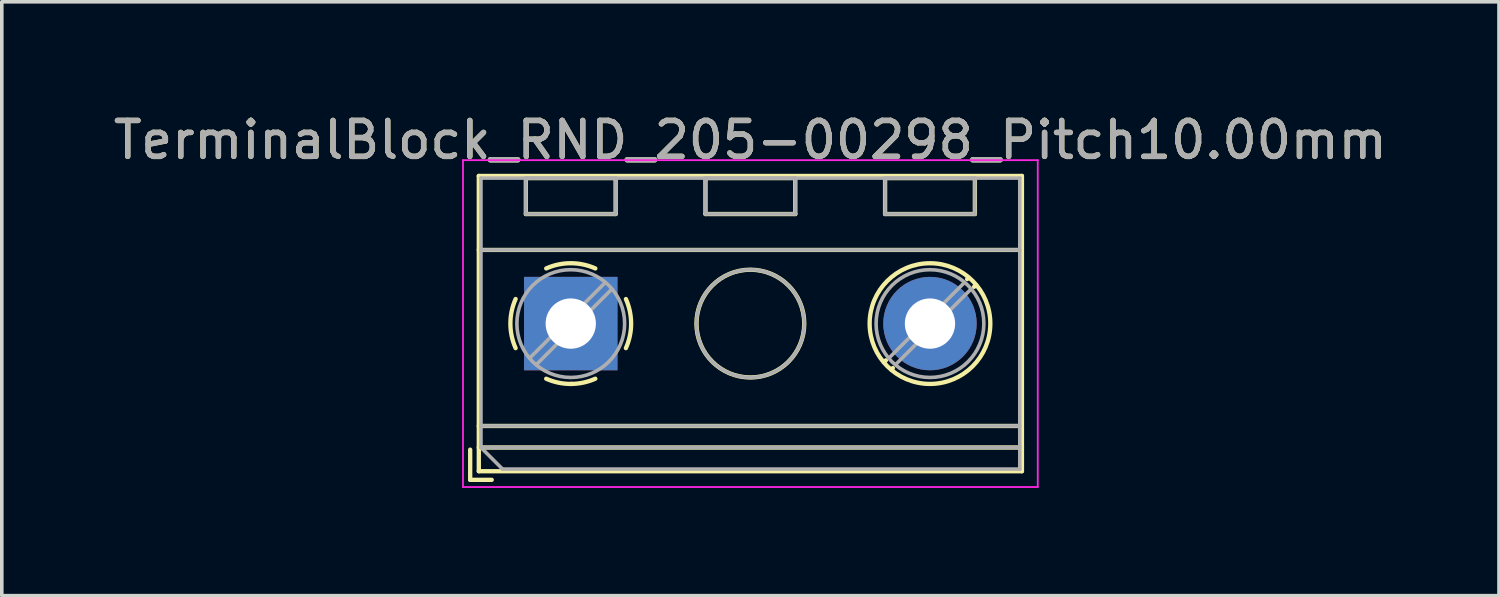
<source format=kicad_pcb>
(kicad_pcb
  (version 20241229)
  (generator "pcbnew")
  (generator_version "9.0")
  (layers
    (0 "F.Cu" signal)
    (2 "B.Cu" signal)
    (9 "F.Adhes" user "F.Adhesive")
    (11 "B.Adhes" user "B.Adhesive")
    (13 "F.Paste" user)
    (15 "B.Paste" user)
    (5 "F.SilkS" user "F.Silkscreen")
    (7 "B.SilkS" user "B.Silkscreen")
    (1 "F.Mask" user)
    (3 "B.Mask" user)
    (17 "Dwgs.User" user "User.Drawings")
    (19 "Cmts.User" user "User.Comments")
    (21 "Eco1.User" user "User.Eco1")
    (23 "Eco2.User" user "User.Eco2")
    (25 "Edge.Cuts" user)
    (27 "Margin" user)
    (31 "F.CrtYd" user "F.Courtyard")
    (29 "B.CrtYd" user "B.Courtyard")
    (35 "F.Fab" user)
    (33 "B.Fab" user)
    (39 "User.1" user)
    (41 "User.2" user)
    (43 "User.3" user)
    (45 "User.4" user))
  (footprint "TerminalBlock_RND_205-00298_Pitch10.00mm"
    (layer "F.Cu")
    (at 12.839 5.958)
    (property "Reference" "TerminalBlock_RND_205-00298_Pitch10.00mm" (at 5 -5.11 0) (layer "F.SilkS") (effects (font (size 1 1) (thickness 0.15))))
    (attr through_hole)
    (fp_line (start -2.8 3.51) (end -2.8 4.35) (stroke (width 0.12) (type solid)) (layer "F.SilkS"))
    (fp_line (start -2.8 4.35) (end -2.2 4.35) (stroke (width 0.12) (type solid)) (layer "F.SilkS"))
    (fp_line (start -2.56 -4.11) (end -2.56 4.11) (stroke (width 0.12) (type solid)) (layer "F.SilkS"))
    (fp_line (start -2.56 -2.05) (end 12.56 -2.05) (stroke (width 0.12) (type solid)) (layer "F.SilkS"))
    (fp_line (start -2.56 2.85) (end 12.56 2.85) (stroke (width 0.12) (type solid)) (layer "F.SilkS"))
    (fp_line (start -2.56 3.45) (end 12.56 3.45) (stroke (width 0.12) (type solid)) (layer "F.SilkS"))
    (fp_line (start -2.56 4.11) (end 12.56 4.11) (stroke (width 0.12) (type solid)) (layer "F.SilkS"))
    (fp_line (start -1.25 -4.05) (end -1.25 -3.05) (stroke (width 0.12) (type solid)) (layer "F.SilkS"))
    (fp_line (start -1.25 -4.05) (end 1.25 -4.05) (stroke (width 0.12) (type solid)) (layer "F.SilkS"))
    (fp_line (start -1.25 -3.05) (end 1.25 -3.05) (stroke (width 0.12) (type solid)) (layer "F.SilkS"))
    (fp_line (start 1.25 -4.05) (end 1.25 -3.05) (stroke (width 0.12) (type solid)) (layer "F.SilkS"))
    (fp_line (start 3.75 -4.05) (end 3.75 -3.05) (stroke (width 0.12) (type solid)) (layer "F.SilkS"))
    (fp_line (start 3.75 -4.05) (end 6.25 -4.05) (stroke (width 0.12) (type solid)) (layer "F.SilkS"))
    (fp_line (start 3.75 -3.05) (end 6.25 -3.05) (stroke (width 0.12) (type solid)) (layer "F.SilkS"))
    (fp_line (start 6.25 -4.05) (end 6.25 -3.05) (stroke (width 0.12) (type solid)) (layer "F.SilkS"))
    (fp_line (start 8.75 -4.05) (end 8.75 -3.05) (stroke (width 0.12) (type solid)) (layer "F.SilkS"))
    (fp_line (start 8.75 -4.05) (end 11.25 -4.05) (stroke (width 0.12) (type solid)) (layer "F.SilkS"))
    (fp_line (start 8.75 -3.05) (end 11.25 -3.05) (stroke (width 0.12) (type solid)) (layer "F.SilkS"))
    (fp_line (start 8.773 1.023) (end 8.726 1.069) (stroke (width 0.12) (type solid)) (layer "F.SilkS"))
    (fp_line (start 8.966 1.239) (end 8.931 1.274) (stroke (width 0.12) (type solid)) (layer "F.SilkS"))
    (fp_line (start 11.07 -1.275) (end 11.035 -1.239) (stroke (width 0.12) (type solid)) (layer "F.SilkS"))
    (fp_line (start 11.25 -4.05) (end 11.25 -3.05) (stroke (width 0.12) (type solid)) (layer "F.SilkS"))
    (fp_line (start 11.275 -1.069) (end 11.228 -1.023) (stroke (width 0.12) (type solid)) (layer "F.SilkS"))
    (fp_line (start 12.56 -4.11) (end -2.56 -4.11) (stroke (width 0.12) (type solid)) (layer "F.SilkS"))
    (fp_line (start 12.56 4.11) (end 12.56 -4.11) (stroke (width 0.12) (type solid)) (layer "F.SilkS"))
    (fp_arc (start -1.535427 0.683042) (mid -1.680501 -0.000524) (end -1.535 -0.684) (stroke (width 0.12) (type solid)) (layer "F.SilkS"))
    (fp_arc (start -0.683042 -1.535427) (mid 0.000524 -1.680501) (end 0.684 -1.535) (stroke (width 0.12) (type solid)) (layer "F.SilkS"))
    (fp_arc (start 0.028805 1.680253) (mid -0.335551 1.646659) (end -0.684 1.535) (stroke (width 0.12) (type solid)) (layer "F.SilkS"))
    (fp_arc (start 0.683318 1.534756) (mid 0.349292 1.643288) (end 0 1.68) (stroke (width 0.12) (type solid)) (layer "F.SilkS"))
    (fp_arc (start 1.535427 -0.683042) (mid 1.680501 0.000524) (end 1.535 0.684) (stroke (width 0.12) (type solid)) (layer "F.SilkS"))
    (fp_circle (center 5 0) (end 6.5 0) (stroke (width 0.12) (type solid)) (fill no) (layer "F.SilkS"))
    (fp_circle (center 10 0) (end 11.68 0) (stroke (width 0.12) (type solid)) (fill no) (layer "F.SilkS"))
    (fp_line (start -3 -4.55) (end -3 4.55) (stroke (width 0.05) (type solid)) (layer "F.CrtYd"))
    (fp_line (start -3 4.55) (end 13 4.55) (stroke (width 0.05) (type solid)) (layer "F.CrtYd"))
    (fp_line (start 13 -4.55) (end -3 -4.55) (stroke (width 0.05) (type solid)) (layer "F.CrtYd"))
    (fp_line (start 13 4.55) (end 13 -4.55) (stroke (width 0.05) (type solid)) (layer "F.CrtYd"))
    (fp_line (start -2.5 -4.05) (end 12.5 -4.05) (stroke (width 0.1) (type solid)) (layer "F.Fab"))
    (fp_line (start -2.5 -2.05) (end 12.5 -2.05) (stroke (width 0.1) (type solid)) (layer "F.Fab"))
    (fp_line (start -2.5 2.85) (end 12.5 2.85) (stroke (width 0.1) (type solid)) (layer "F.Fab"))
    (fp_line (start -2.5 3.45) (end -2.5 -4.05) (stroke (width 0.1) (type solid)) (layer "F.Fab"))
    (fp_line (start -2.5 3.45) (end 12.5 3.45) (stroke (width 0.1) (type solid)) (layer "F.Fab"))
    (fp_line (start -1.9 4.05) (end -2.5 3.45) (stroke (width 0.1) (type solid)) (layer "F.Fab"))
    (fp_line (start -1.25 -4.05) (end -1.25 -3.05) (stroke (width 0.1) (type solid)) (layer "F.Fab"))
    (fp_line (start -1.25 -3.05) (end 1.25 -3.05) (stroke (width 0.1) (type solid)) (layer "F.Fab"))
    (fp_line (start 0.955 -1.138) (end -1.138 0.955) (stroke (width 0.1) (type solid)) (layer "F.Fab"))
    (fp_line (start 1.138 -0.955) (end -0.955 1.138) (stroke (width 0.1) (type solid)) (layer "F.Fab"))
    (fp_line (start 1.25 -4.05) (end -1.25 -4.05) (stroke (width 0.1) (type solid)) (layer "F.Fab"))
    (fp_line (start 1.25 -3.05) (end 1.25 -4.05) (stroke (width 0.1) (type solid)) (layer "F.Fab"))
    (fp_line (start 3.75 -4.05) (end 3.75 -3.05) (stroke (width 0.1) (type solid)) (layer "F.Fab"))
    (fp_line (start 3.75 -3.05) (end 6.25 -3.05) (stroke (width 0.1) (type solid)) (layer "F.Fab"))
    (fp_line (start 6.25 -4.05) (end 3.75 -4.05) (stroke (width 0.1) (type solid)) (layer "F.Fab"))
    (fp_line (start 6.25 -3.05) (end 6.25 -4.05) (stroke (width 0.1) (type solid)) (layer "F.Fab"))
    (fp_line (start 8.75 -4.05) (end 8.75 -3.05) (stroke (width 0.1) (type solid)) (layer "F.Fab"))
    (fp_line (start 8.75 -3.05) (end 11.25 -3.05) (stroke (width 0.1) (type solid)) (layer "F.Fab"))
    (fp_line (start 10.955 -1.138) (end 8.863 0.955) (stroke (width 0.1) (type solid)) (layer "F.Fab"))
    (fp_line (start 11.138 -0.955) (end 9.046 1.138) (stroke (width 0.1) (type solid)) (layer "F.Fab"))
    (fp_line (start 11.25 -4.05) (end 8.75 -4.05) (stroke (width 0.1) (type solid)) (layer "F.Fab"))
    (fp_line (start 11.25 -3.05) (end 11.25 -4.05) (stroke (width 0.1) (type solid)) (layer "F.Fab"))
    (fp_line (start 12.5 -4.05) (end 12.5 4.05) (stroke (width 0.1) (type solid)) (layer "F.Fab"))
    (fp_line (start 12.5 4.05) (end -1.9 4.05) (stroke (width 0.1) (type solid)) (layer "F.Fab"))
    (fp_circle (center 0 0) (end 1.5 0) (stroke (width 0.1) (type solid)) (fill no) (layer "F.Fab"))
    (fp_circle (center 5 0) (end 6.5 0) (stroke (width 0.1) (type solid)) (fill no) (layer "F.Fab"))
    (fp_circle (center 10 0) (end 11.5 0) (stroke (width 0.1) (type solid)) (fill no) (layer "F.Fab"))
    (fp_text user "${REFERENCE}" (at 5 -5.11 0) (layer "F.Fab") (effects (font (size 1 1) (thickness 0.15))))
    (pad "1" thru_hole rect (at 0 0) (size 2.6 2.6) (drill 1.4) (layers "*.Cu" "*.Mask"))
    (pad "2" thru_hole circle (at 10 0) (size 2.6 2.6) (drill 1.4) (layers "*.Cu" "*.Mask")))
  (gr_rect
    (start -3 -3)
    (end 38.679 13.533)
    (stroke (width 0.1) (type default))
    (fill no)
    (layer "Edge.Cuts")))
</source>
